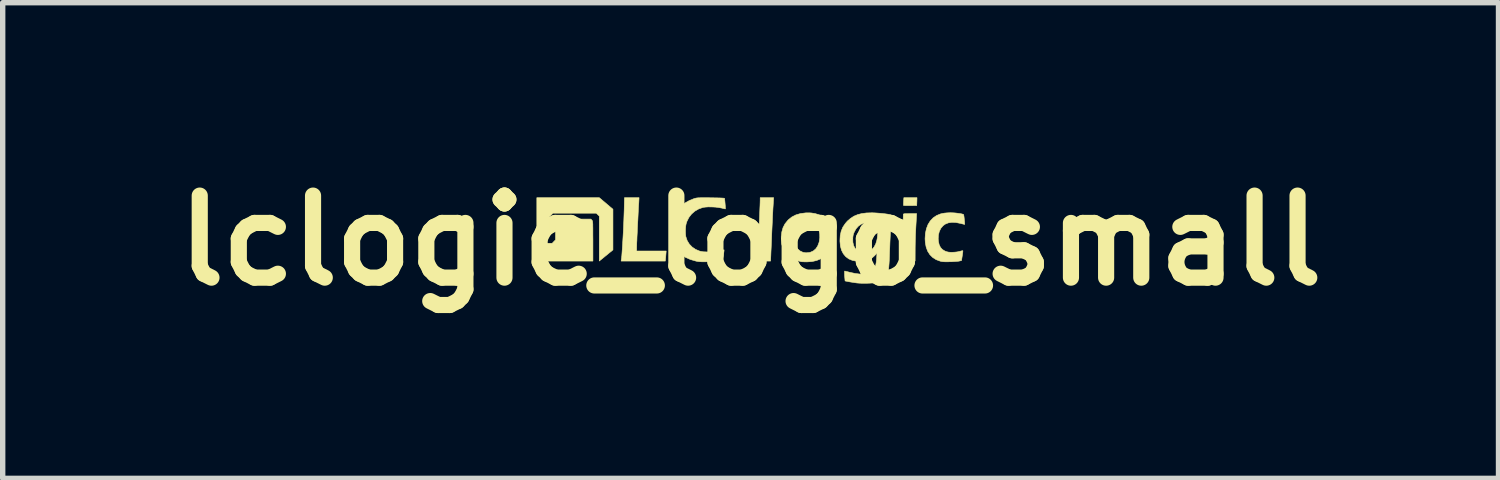
<source format=kicad_pcb>
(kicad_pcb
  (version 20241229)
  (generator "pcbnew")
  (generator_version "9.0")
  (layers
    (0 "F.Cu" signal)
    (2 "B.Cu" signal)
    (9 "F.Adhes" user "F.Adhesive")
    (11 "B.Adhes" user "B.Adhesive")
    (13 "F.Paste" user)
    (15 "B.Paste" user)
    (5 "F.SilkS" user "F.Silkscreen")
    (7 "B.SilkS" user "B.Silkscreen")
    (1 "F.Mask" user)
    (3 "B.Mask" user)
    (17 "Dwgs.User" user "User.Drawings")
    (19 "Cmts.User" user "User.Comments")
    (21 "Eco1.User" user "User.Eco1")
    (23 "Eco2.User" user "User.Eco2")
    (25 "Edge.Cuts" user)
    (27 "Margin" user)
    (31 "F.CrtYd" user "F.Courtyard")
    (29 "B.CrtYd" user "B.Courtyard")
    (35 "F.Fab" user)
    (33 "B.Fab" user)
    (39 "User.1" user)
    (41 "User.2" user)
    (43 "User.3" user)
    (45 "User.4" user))
  (footprint "lclogic_logo_small"
    (layer "F.Cu")
    (at 10.893 1.418)
    (property "Reference" "lclogic_logo_small" (at 0 0 0) (layer "F.SilkS") (effects (font (size 1.524 1.524) (thickness 0.3))))
    (attr through_hole)
    (fp_poly (pts (xy 3.089 -0.723) (xy 3.086 -0.65) (xy 2.965 -0.649) (xy 2.921 -0.649) (xy 2.884 -0.649) (xy 2.857 -0.65) (xy 2.842 -0.652) (xy 2.84 -0.652) (xy 2.84 -0.662) (xy 2.84 -0.685) (xy 2.842 -0.716) (xy 2.842 -0.726) (xy 2.847 -0.796) (xy 3.091 -0.796) (xy 3.089 -0.723)) (stroke (width 0.01) (type solid)) (fill yes) (layer "F.SilkS"))
    (fp_poly (pts (xy -2.557 -0.581) (xy -2.557 -0.204) (xy -2.557 0.174) (xy -2.811 0.381) (xy -2.811 -0.454) (xy -2.867 -0.508) (xy -3.671 -0.508) (xy -3.702 -0.476) (xy -3.734 -0.444) (xy -3.734 -0.098) (xy -3.757 -0.075) (xy -3.767 -0.064) (xy -3.777 -0.057) (xy -3.791 -0.053) (xy -3.813 -0.052) (xy -3.845 -0.051) (xy -3.875 -0.051) (xy -3.971 -0.051) (xy -3.971 -0.796) (xy -2.811 -0.796) (xy -2.557 -0.581)) (stroke (width 0.01) (type solid)) (fill yes) (layer "F.SilkS"))
    (fp_poly (pts (xy 3.079 -0.409) (xy 3.07 -0.254) (xy 3.063 -0.114) (xy 3.059 0.017) (xy 3.057 0.141) (xy 3.057 0.188) (xy 3.056 0.381) (xy 2.792 0.381) (xy 2.797 0.324) (xy 2.801 0.278) (xy 2.805 0.218) (xy 2.81 0.146) (xy 2.814 0.067) (xy 2.819 -0.017) (xy 2.823 -0.104) (xy 2.827 -0.19) (xy 2.83 -0.272) (xy 2.833 -0.347) (xy 2.835 -0.413) (xy 2.836 -0.466) (xy 2.836 -0.485) (xy 2.838 -0.49) (xy 2.844 -0.495) (xy 2.856 -0.497) (xy 2.879 -0.499) (xy 2.913 -0.499) (xy 2.96 -0.5) (xy 3.084 -0.5) (xy 3.079 -0.409)) (stroke (width 0.01) (type solid)) (fill yes) (layer "F.SilkS"))
    (fp_poly (pts (xy 0.418 -0.637) (xy 0.415 -0.59) (xy 0.412 -0.53) (xy 0.408 -0.459) (xy 0.405 -0.382) (xy 0.401 -0.3) (xy 0.397 -0.218) (xy 0.394 -0.157) (xy 0.391 -0.079) (xy 0.388 -0.002) (xy 0.385 0.071) (xy 0.382 0.139) (xy 0.379 0.197) (xy 0.377 0.244) (xy 0.376 0.273) (xy 0.371 0.381) (xy 0.124 0.381) (xy 0.13 0.29) (xy 0.134 0.216) (xy 0.139 0.134) (xy 0.143 0.046) (xy 0.148 -0.047) (xy 0.153 -0.142) (xy 0.157 -0.238) (xy 0.162 -0.332) (xy 0.166 -0.422) (xy 0.169 -0.507) (xy 0.172 -0.584) (xy 0.175 -0.652) (xy 0.177 -0.708) (xy 0.178 -0.75) (xy 0.178 -0.772) (xy 0.178 -0.796) (xy 0.428 -0.796) (xy 0.418 -0.637)) (stroke (width 0.01) (type solid)) (fill yes) (layer "F.SilkS"))
    (fp_poly (pts (xy -2.077 -0.701) (xy -2.082 -0.63) (xy -2.086 -0.552) (xy -2.09 -0.471) (xy -2.094 -0.387) (xy -2.099 -0.303) (xy -2.103 -0.22) (xy -2.106 -0.142) (xy -2.11 -0.07) (xy -2.112 -0.006) (xy -2.115 0.048) (xy -2.116 0.09) (xy -2.117 0.117) (xy -2.117 0.121) (xy -2.117 0.195) (xy -1.568 0.195) (xy -1.572 0.243) (xy -1.575 0.281) (xy -1.578 0.32) (xy -1.58 0.337) (xy -1.584 0.381) (xy -2.405 0.381) (xy -2.401 0.353) (xy -2.397 0.324) (xy -2.392 0.279) (xy -2.388 0.222) (xy -2.383 0.153) (xy -2.378 0.076) (xy -2.373 -0.008) (xy -2.368 -0.097) (xy -2.363 -0.188) (xy -2.359 -0.281) (xy -2.355 -0.372) (xy -2.352 -0.459) (xy -2.349 -0.542) (xy -2.348 -0.569) (xy -2.343 -0.796) (xy -2.072 -0.796) (xy -2.077 -0.701)) (stroke (width 0.01) (type solid)) (fill yes) (layer "F.SilkS"))
    (fp_poly (pts (xy -2.948 -0.378) (xy -2.943 -0.373) (xy -2.94 -0.368) (xy -2.937 -0.36) (xy -2.935 -0.348) (xy -2.933 -0.33) (xy -2.931 -0.306) (xy -2.931 -0.273) (xy -2.93 -0.23) (xy -2.93 -0.176) (xy -2.93 -0.108) (xy -2.929 -0.026) (xy -2.929 0.011) (xy -2.929 0.381) (xy -3.971 0.381) (xy -3.971 0.051) (xy -3.686 0.051) (xy -3.655 0.019) (xy -3.624 -0.013) (xy -3.624 -0.187) (xy -3.624 -0.246) (xy -3.623 -0.29) (xy -3.622 -0.321) (xy -3.621 -0.343) (xy -3.618 -0.358) (xy -3.614 -0.368) (xy -3.609 -0.375) (xy -3.604 -0.38) (xy -3.599 -0.384) (xy -3.592 -0.388) (xy -3.584 -0.391) (xy -3.57 -0.394) (xy -3.551 -0.395) (xy -3.524 -0.397) (xy -3.488 -0.397) (xy -3.441 -0.398) (xy -3.38 -0.398) (xy -3.305 -0.398) (xy -3.275 -0.398) (xy -2.966 -0.398) (xy -2.948 -0.378)) (stroke (width 0.01) (type solid)) (fill yes) (layer "F.SilkS"))
    (fp_poly (pts (xy 3.756 -0.515) (xy 3.8 -0.512) (xy 3.844 -0.507) (xy 3.886 -0.501) (xy 3.921 -0.495) (xy 3.946 -0.488) (xy 3.956 -0.483) (xy 3.959 -0.474) (xy 3.963 -0.452) (xy 3.967 -0.421) (xy 3.97 -0.387) (xy 3.974 -0.354) (xy 3.976 -0.325) (xy 3.977 -0.306) (xy 3.976 -0.299) (xy 3.968 -0.301) (xy 3.947 -0.306) (xy 3.917 -0.313) (xy 3.899 -0.318) (xy 3.813 -0.335) (xy 3.738 -0.338) (xy 3.672 -0.328) (xy 3.614 -0.304) (xy 3.575 -0.275) (xy 3.535 -0.228) (xy 3.506 -0.17) (xy 3.489 -0.103) (xy 3.485 -0.031) (xy 3.489 0.015) (xy 3.503 0.078) (xy 3.527 0.127) (xy 3.562 0.166) (xy 3.609 0.195) (xy 3.643 0.208) (xy 3.68 0.216) (xy 3.728 0.219) (xy 3.781 0.217) (xy 3.834 0.212) (xy 3.882 0.202) (xy 3.893 0.199) (xy 3.919 0.192) (xy 3.937 0.189) (xy 3.943 0.189) (xy 3.943 0.199) (xy 3.941 0.221) (xy 3.937 0.253) (xy 3.932 0.283) (xy 3.918 0.372) (xy 3.879 0.381) (xy 3.856 0.385) (xy 3.821 0.388) (xy 3.777 0.391) (xy 3.729 0.394) (xy 3.708 0.394) (xy 3.653 0.395) (xy 3.611 0.395) (xy 3.578 0.393) (xy 3.551 0.39) (xy 3.525 0.384) (xy 3.522 0.383) (xy 3.446 0.355) (xy 3.382 0.314) (xy 3.33 0.262) (xy 3.289 0.198) (xy 3.261 0.122) (xy 3.245 0.036) (xy 3.241 -0.034) (xy 3.247 -0.132) (xy 3.266 -0.22) (xy 3.296 -0.298) (xy 3.338 -0.365) (xy 3.391 -0.421) (xy 3.454 -0.464) (xy 3.527 -0.494) (xy 3.569 -0.504) (xy 3.608 -0.51) (xy 3.656 -0.514) (xy 3.703 -0.516) (xy 3.717 -0.516) (xy 3.756 -0.515)) (stroke (width 0.01) (type solid)) (fill yes) (layer "F.SilkS"))
    (fp_poly (pts (xy 1.12 -0.513) (xy 1.198 -0.501) (xy 1.273 -0.478) (xy 1.31 -0.462) (xy 1.376 -0.422) (xy 1.431 -0.37) (xy 1.475 -0.307) (xy 1.506 -0.237) (xy 1.526 -0.159) (xy 1.532 -0.076) (xy 1.524 0.01) (xy 1.507 0.08) (xy 1.473 0.163) (xy 1.428 0.234) (xy 1.372 0.292) (xy 1.305 0.338) (xy 1.227 0.371) (xy 1.139 0.391) (xy 1.042 0.397) (xy 1.038 0.397) (xy 1 0.396) (xy 0.967 0.395) (xy 0.943 0.393) (xy 0.936 0.392) (xy 0.844 0.366) (xy 0.765 0.33) (xy 0.699 0.282) (xy 0.646 0.224) (xy 0.607 0.156) (xy 0.581 0.078) (xy 0.57 -0.009) (xy 0.57 -0.042) (xy 0.817 -0.042) (xy 0.818 0.001) (xy 0.819 0.031) (xy 0.822 0.054) (xy 0.828 0.074) (xy 0.837 0.095) (xy 0.842 0.105) (xy 0.877 0.157) (xy 0.921 0.195) (xy 0.973 0.219) (xy 1.03 0.228) (xy 1.093 0.222) (xy 1.112 0.217) (xy 1.167 0.192) (xy 1.212 0.153) (xy 1.246 0.102) (xy 1.271 0.036) (xy 1.275 0.019) (xy 1.285 -0.05) (xy 1.284 -0.117) (xy 1.273 -0.178) (xy 1.253 -0.232) (xy 1.223 -0.273) (xy 1.222 -0.274) (xy 1.193 -0.302) (xy 1.166 -0.319) (xy 1.135 -0.329) (xy 1.095 -0.334) (xy 1.063 -0.334) (xy 1.024 -0.334) (xy 0.997 -0.331) (xy 0.975 -0.326) (xy 0.953 -0.316) (xy 0.942 -0.31) (xy 0.898 -0.279) (xy 0.864 -0.239) (xy 0.836 -0.186) (xy 0.835 -0.183) (xy 0.827 -0.159) (xy 0.822 -0.132) (xy 0.819 -0.099) (xy 0.818 -0.054) (xy 0.817 -0.042) (xy 0.57 -0.042) (xy 0.569 -0.072) (xy 0.58 -0.16) (xy 0.602 -0.238) (xy 0.637 -0.307) (xy 0.687 -0.37) (xy 0.704 -0.388) (xy 0.767 -0.438) (xy 0.841 -0.476) (xy 0.926 -0.501) (xy 1.021 -0.513) (xy 1.033 -0.514) (xy 1.12 -0.513)) (stroke (width 0.01) (type solid)) (fill yes) (layer "F.SilkS"))
    (fp_poly (pts (xy -0.802 -0.795) (xy -0.743 -0.794) (xy -0.679 -0.793) (xy -0.621 -0.792) (xy -0.571 -0.791) (xy -0.53 -0.789) (xy -0.501 -0.787) (xy -0.487 -0.785) (xy -0.485 -0.785) (xy -0.483 -0.775) (xy -0.48 -0.752) (xy -0.477 -0.721) (xy -0.474 -0.686) (xy -0.471 -0.651) (xy -0.469 -0.62) (xy -0.468 -0.597) (xy -0.469 -0.587) (xy -0.477 -0.588) (xy -0.498 -0.593) (xy -0.527 -0.6) (xy -0.538 -0.603) (xy -0.592 -0.613) (xy -0.655 -0.621) (xy -0.721 -0.624) (xy -0.785 -0.625) (xy -0.842 -0.621) (xy -0.884 -0.615) (xy -0.964 -0.587) (xy -1.035 -0.546) (xy -1.096 -0.493) (xy -1.146 -0.429) (xy -1.183 -0.355) (xy -1.198 -0.309) (xy -1.205 -0.268) (xy -1.209 -0.218) (xy -1.21 -0.165) (xy -1.208 -0.114) (xy -1.203 -0.073) (xy -1.202 -0.069) (xy -1.177 0.004) (xy -1.138 0.067) (xy -1.086 0.121) (xy -1.023 0.164) (xy -0.95 0.195) (xy -0.935 0.199) (xy -0.88 0.209) (xy -0.813 0.212) (xy -0.739 0.21) (xy -0.662 0.202) (xy -0.597 0.191) (xy -0.558 0.183) (xy -0.525 0.177) (xy -0.503 0.174) (xy -0.493 0.173) (xy -0.493 0.173) (xy -0.493 0.182) (xy -0.495 0.205) (xy -0.5 0.237) (xy -0.505 0.272) (xy -0.521 0.368) (xy -0.58 0.379) (xy -0.608 0.383) (xy -0.65 0.387) (xy -0.699 0.39) (xy -0.753 0.393) (xy -0.792 0.394) (xy -0.851 0.395) (xy -0.897 0.395) (xy -0.933 0.394) (xy -0.964 0.391) (xy -0.993 0.387) (xy -1.016 0.382) (xy -1.119 0.352) (xy -1.21 0.312) (xy -1.287 0.261) (xy -1.351 0.199) (xy -1.402 0.127) (xy -1.439 0.044) (xy -1.463 -0.049) (xy -1.474 -0.152) (xy -1.474 -0.182) (xy -1.467 -0.291) (xy -1.445 -0.391) (xy -1.409 -0.482) (xy -1.36 -0.563) (xy -1.297 -0.635) (xy -1.222 -0.696) (xy -1.134 -0.745) (xy -1.049 -0.779) (xy -1.032 -0.784) (xy -1.015 -0.788) (xy -0.997 -0.791) (xy -0.975 -0.793) (xy -0.947 -0.794) (xy -0.91 -0.795) (xy -0.862 -0.795) (xy -0.802 -0.795)) (stroke (width 0.01) (type solid)) (fill yes) (layer "F.SilkS"))
    (fp_poly (pts (xy 2.29 -0.514) (xy 2.342 -0.511) (xy 2.395 -0.507) (xy 2.449 -0.502) (xy 2.5 -0.496) (xy 2.544 -0.49) (xy 2.58 -0.483) (xy 2.603 -0.477) (xy 2.611 -0.474) (xy 2.613 -0.464) (xy 2.613 -0.439) (xy 2.612 -0.401) (xy 2.61 -0.353) (xy 2.607 -0.297) (xy 2.605 -0.265) (xy 2.601 -0.201) (xy 2.596 -0.125) (xy 2.592 -0.041) (xy 2.588 0.045) (xy 2.585 0.13) (xy 2.582 0.199) (xy 2.579 0.29) (xy 2.576 0.366) (xy 2.572 0.429) (xy 2.568 0.48) (xy 2.564 0.522) (xy 2.558 0.555) (xy 2.552 0.582) (xy 2.545 0.605) (xy 2.54 0.615) (xy 2.507 0.669) (xy 2.46 0.714) (xy 2.4 0.75) (xy 2.326 0.776) (xy 2.297 0.783) (xy 2.26 0.789) (xy 2.211 0.792) (xy 2.155 0.794) (xy 2.094 0.794) (xy 2.035 0.793) (xy 1.982 0.789) (xy 1.964 0.787) (xy 1.929 0.782) (xy 1.885 0.775) (xy 1.842 0.768) (xy 1.832 0.766) (xy 1.755 0.751) (xy 1.75 0.695) (xy 1.746 0.653) (xy 1.745 0.616) (xy 1.745 0.588) (xy 1.746 0.571) (xy 1.748 0.567) (xy 1.758 0.569) (xy 1.78 0.575) (xy 1.811 0.582) (xy 1.832 0.588) (xy 1.937 0.611) (xy 2.03 0.623) (xy 2.11 0.623) (xy 2.178 0.612) (xy 2.234 0.589) (xy 2.277 0.554) (xy 2.308 0.508) (xy 2.319 0.478) (xy 2.326 0.448) (xy 2.333 0.407) (xy 2.339 0.361) (xy 2.341 0.33) (xy 2.348 0.233) (xy 2.305 0.28) (xy 2.253 0.326) (xy 2.195 0.359) (xy 2.128 0.379) (xy 2.057 0.388) (xy 1.969 0.385) (xy 1.891 0.369) (xy 1.824 0.341) (xy 1.767 0.299) (xy 1.722 0.245) (xy 1.689 0.18) (xy 1.668 0.103) (xy 1.66 0.015) (xy 1.66 0.000338) (xy 1.662 -0.039) (xy 1.898 -0.039) (xy 1.9 0.033) (xy 1.914 0.094) (xy 1.94 0.144) (xy 1.978 0.182) (xy 2.025 0.206) (xy 2.065 0.215) (xy 2.113 0.217) (xy 2.161 0.212) (xy 2.202 0.2) (xy 2.205 0.199) (xy 2.253 0.167) (xy 2.293 0.121) (xy 2.324 0.064) (xy 2.345 -0.004) (xy 2.353 -0.047) (xy 2.359 -0.1) (xy 2.363 -0.154) (xy 2.366 -0.205) (xy 2.368 -0.25) (xy 2.368 -0.287) (xy 2.366 -0.313) (xy 2.363 -0.326) (xy 2.362 -0.326) (xy 2.35 -0.329) (xy 2.325 -0.332) (xy 2.291 -0.335) (xy 2.265 -0.337) (xy 2.183 -0.336) (xy 2.112 -0.325) (xy 2.053 -0.303) (xy 2.003 -0.268) (xy 1.962 -0.222) (xy 1.933 -0.173) (xy 1.916 -0.136) (xy 1.906 -0.104) (xy 1.901 -0.071) (xy 1.898 -0.039) (xy 1.662 -0.039) (xy 1.665 -0.093) (xy 1.683 -0.175) (xy 1.714 -0.249) (xy 1.759 -0.316) (xy 1.799 -0.362) (xy 1.857 -0.412) (xy 1.919 -0.452) (xy 1.988 -0.481) (xy 2.065 -0.501) (xy 2.152 -0.512) (xy 2.253 -0.515) (xy 2.29 -0.514)) (stroke (width 0.01) (type solid)) (fill yes) (layer "F.SilkS")))
  (gr_rect
    (start -3 -3)
    (end 24.786 5.836)
    (stroke (width 0.1) (type default))
    (fill no)
    (layer "Edge.Cuts")))
</source>
